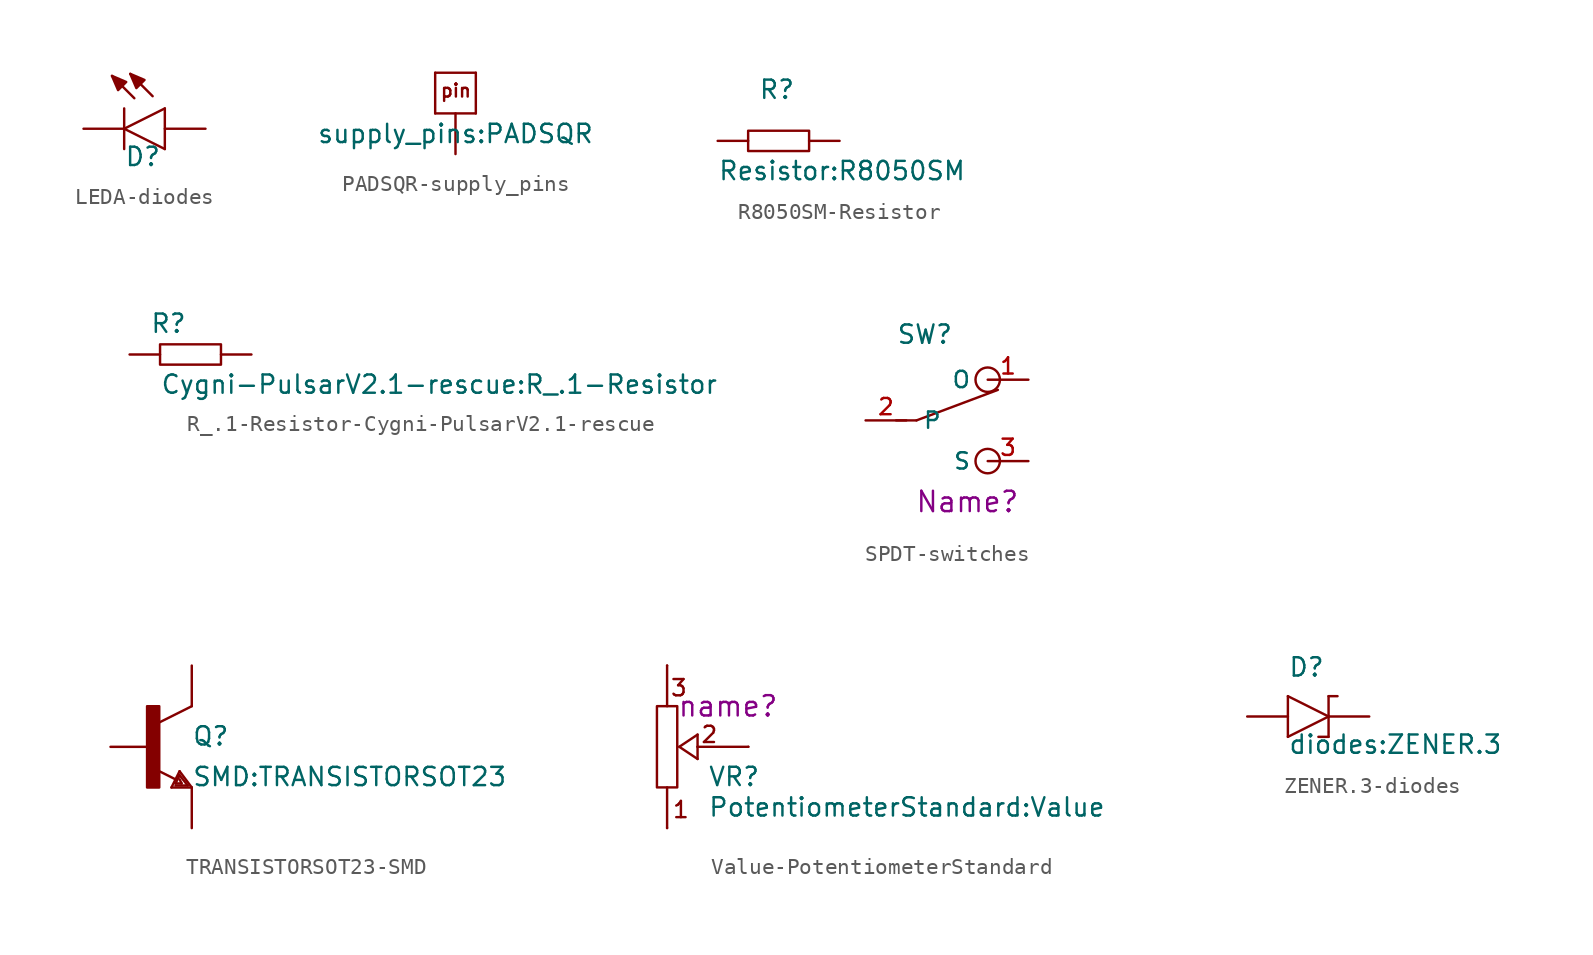
<source format=kicad_sym>
(kicad_symbol_lib
  (version 20220914)
  (generator kicad_symbol_editor)
  (symbol "LEDA-diodes"
    (pin_numbers hide)
    (pin_names
      (offset 1.016) hide)
    (property "Reference" "D"
      (at 0 -2.413 0)
      (effects (font (size 1.143 1.143)) (justify left bottom)))
    (property "ki_locked" ""
      (at 0 0 0)
      (effects (font (size 1.27 1.27))))
    (symbol "LEDA-diodes_1_0"
      (polyline (pts (xy 0 -1.27) (xy 0 0)) (stroke (width 0) (type solid)) (fill (type none)))
      (polyline (pts (xy 0 0) (xy 0 1.27)) (stroke (width 0) (type solid)) (fill (type none)))
      (polyline (pts (xy 0 0) (xy 2.54 1.27)) (stroke (width 0) (type solid)) (fill (type none)))
      (polyline (pts (xy 0.635 1.905) (xy -0.762 3.302)) (stroke (width 0) (type solid)) (fill (type none)))
      (polyline (pts (xy 1.778 2.032) (xy 0.381 3.429)) (stroke (width 0) (type solid)) (fill (type none)))
      (polyline (pts (xy 2.54 -1.27) (xy 0 0)) (stroke (width 0) (type solid)) (fill (type none)))
      (polyline (pts (xy 2.54 -1.27) (xy 2.54 1.27)) (stroke (width 0) (type solid)) (fill (type none))))
    (symbol "LEDA-diodes_1_1"
      (polyline (pts (xy -0.762 3.302) (xy 0.127 2.921) (xy 0.127 2.921) (xy -0.381 2.413) (xy -0.381 2.413) (xy -0.762 3.302)) (stroke (width 0) (type solid)) (fill (type outline)))
      (polyline (pts (xy 0.381 3.429) (xy 1.27 3.048) (xy 1.27 3.048) (xy 0.762 2.54) (xy 0.762 2.54) (xy 0.381 3.429)) (stroke (width 0) (type solid)) (fill (type outline)))
      (pin passive line (at 5.08 0 180) (length 2.54) (name "A" (effects (font (size 1.016 1.016)))) (number "A" (effects (font (size 1.016 1.016)))))
      (pin passive line (at -2.54 0 0) (length 2.54) (name "C" (effects (font (size 1.016 1.016)))) (number "K" (effects (font (size 1.016 1.016)))))))
  (symbol "PADSQR-supply_pins"
    (pin_numbers hide)
    (pin_names
      (offset 1.016) hide)
    (property "Reference" "M"
      (at 0 6.35 0)
      (effects (font (size 1.143 1.143)) hide))
    (property "Value" "supply_pins:PADSQR"
      (at 0 1.27 0)
      (effects (font (size 1.143 1.143))))
    (property "ki_locked" ""
      (at 0 0 0)
      (effects (font (size 1.27 1.27))))
    (symbol "PADSQR-supply_pins_0_1"
      (rectangle (start -1.27 2.54) (end -1.27 5.08) (stroke (width 0) (type solid)) (fill (type none)))
      (rectangle (start -1.27 5.08) (end 1.27 5.08) (stroke (width 0) (type solid)) (fill (type none)))
      (rectangle (start 1.27 2.54) (end -1.27 2.54) (stroke (width 0) (type solid)) (fill (type none)))
      (rectangle (start 1.27 5.08) (end 1.27 2.54) (stroke (width 0) (type solid)) (fill (type none))))
    (symbol "PADSQR-supply_pins_1_0"
      (text "pin" (at 0.025 3.962 0) (effects (font (size 0.813 0.813)))))
    (symbol "PADSQR-supply_pins_1_1"
      (pin bidirectional line (at 0 0 90) (length 2.54) (name "P$1" (effects (font (size 1.016 1.016)))) (number "1" (effects (font (size 1.016 1.016)))))))
  (symbol "R8050SM-Resistor"
    (pin_numbers hide)
    (pin_names
      (offset 1.016) hide)
    (property "Reference" "R"
      (at -1.27 2.54 0)
      (effects (font (size 1.143 1.143)) (justify left bottom)))
    (property "Value" "Resistor:R8050SM"
      (at -3.81 -2.54 0)
      (effects (font (size 1.143 1.143)) (justify left bottom)))
    (property "ki_locked" ""
      (at 0 0 0)
      (effects (font (size 1.27 1.27))))
    (symbol "R8050SM-Resistor_0_1"
      (rectangle (start -1.905 0.635) (end 1.905 -0.635) (stroke (width 0) (type solid)) (fill (type none))))
    (symbol "R8050SM-Resistor_1_1"
      (pin passive line (at -3.81 0 0) (length 1.905) (name "1" (effects (font (size 1.016 1.016)))) (number "1" (effects (font (size 1.016 1.016)))))
      (pin passive line (at 3.81 0 180) (length 1.905) (name "2" (effects (font (size 1.016 1.016)))) (number "2" (effects (font (size 1.016 1.016)))))))
  (symbol "R_.1-Resistor-Cygni-PulsarV2.1-rescue"
    (pin_numbers hide)
    (pin_names
      (offset 1.016) hide)
    (property "Reference" "R"
      (at -2.54 1.27 0)
      (effects (font (size 1.143 1.143)) (justify left bottom)))
    (property "Value" "Cygni-PulsarV2.1-rescue:R_.1-Resistor"
      (at -1.905 -2.54 0)
      (effects (font (size 1.143 1.143)) (justify left bottom)))
    (property "ki_locked" ""
      (at 0 0 0)
      (effects (font (size 1.27 1.27))))
    (symbol "R_.1-Resistor-Cygni-PulsarV2.1-rescue_0_1"
      (rectangle (start -1.905 0.635) (end 1.905 -0.635) (stroke (width 0) (type solid)) (fill (type none))))
    (symbol "R_.1-Resistor-Cygni-PulsarV2.1-rescue_1_1"
      (pin passive line (at -3.81 0 0) (length 1.905) (name "1" (effects (font (size 1.016 1.016)))) (number "1" (effects (font (size 1.016 1.016)))))
      (pin passive line (at 3.81 0 180) (length 1.905) (name "2" (effects (font (size 1.016 1.016)))) (number "2" (effects (font (size 1.016 1.016)))))))
  (symbol "SPDT-switches"
    (pin_names
      (offset 1.016))
    (property "Reference" "SW"
      (at -4.445 4.699 0)
      (effects (font (size 1.143 1.143)) (justify left bottom)))
    (property "Name" "Name?"
      (at 0 -5.08 0)
      (effects (font (size 1.27 1.27))))
    (symbol "SPDT-switches_1_0"
      (polyline (pts (xy -4.445 0) (xy -3.175 0)) (stroke (width 0) (type solid)) (fill (type none)))
      (polyline (pts (xy -3.175 0) (xy 1.905 1.905)) (stroke (width 0) (type solid)) (fill (type none))))
    (symbol "SPDT-switches_1_1"
      (circle (center 1.27 -2.54) (radius 0.762) (stroke (width 0) (type solid)) (fill (type none)))
      (circle (center 1.27 2.54) (radius 0.762) (stroke (width 0) (type solid)) (fill (type none)))
      (pin passive line (at 3.81 2.54 180) (length 2.54) (name "O" (effects (font (size 1.016 1.016)))) (number "1" (effects (font (size 1.016 1.016)))))
      (pin passive line (at -6.35 0 0) (length 2.54) (name "P" (effects (font (size 1.016 1.016)))) (number "2" (effects (font (size 1.016 1.016)))))
      (pin passive line (at 3.81 -2.54 180) (length 2.54) (name "S" (effects (font (size 1.016 1.016)))) (number "3" (effects (font (size 1.016 1.016)))))))
  (symbol "TRANSISTORSOT23-SMD"
    (pin_numbers hide)
    (pin_names
      (offset 1.016) hide)
    (property "Reference" "Q"
      (at 2.54 0 0)
      (effects (font (size 1.143 1.143)) (justify left bottom)))
    (property "Value" "SMD:TRANSISTORSOT23"
      (at 2.54 -2.54 0)
      (effects (font (size 1.143 1.143)) (justify left bottom)))
    (property "ki_locked" ""
      (at 0 0 0)
      (effects (font (size 1.27 1.27))))
    (symbol "TRANSISTORSOT23-SMD_1_0"
      (polyline (pts (xy 1.27 -2.54) (xy 1.778 -1.524)) (stroke (width 0) (type solid)) (fill (type none)))
      (polyline (pts (xy 1.524 -2.413) (xy 2.286 -2.413)) (stroke (width 0) (type solid)) (fill (type none)))
      (polyline (pts (xy 1.524 -2.286) (xy 1.905 -2.286)) (stroke (width 0) (type solid)) (fill (type none)))
      (polyline (pts (xy 1.524 -2.032) (xy 0.305 -1.422)) (stroke (width 0) (type solid)) (fill (type none)))
      (polyline (pts (xy 1.778 -1.778) (xy 1.524 -2.286)) (stroke (width 0) (type solid)) (fill (type none)))
      (polyline (pts (xy 1.778 -1.524) (xy 2.54 -2.54)) (stroke (width 0) (type solid)) (fill (type none)))
      (polyline (pts (xy 1.905 -2.286) (xy 1.778 -2.032)) (stroke (width 0) (type solid)) (fill (type none)))
      (polyline (pts (xy 2.286 -2.413) (xy 1.778 -1.778)) (stroke (width 0) (type solid)) (fill (type none)))
      (polyline (pts (xy 2.54 -2.54) (xy 1.27 -2.54)) (stroke (width 0) (type solid)) (fill (type none)))
      (polyline (pts (xy 2.54 2.54) (xy 0.508 1.524)) (stroke (width 0) (type solid)) (fill (type none))))
    (symbol "TRANSISTORSOT23-SMD_1_1"
      (rectangle (start -0.254 -2.54) (end 0.508 2.54) (stroke (width 0) (type solid)) (fill (type outline)))
      (pin passive line (at -2.54 0 0) (length 2.54) (name "B" (effects (font (size 1.016 1.016)))) (number "B" (effects (font (size 1.016 1.016)))))
      (pin passive line (at 2.54 5.08 270) (length 2.54) (name "C" (effects (font (size 1.016 1.016)))) (number "C" (effects (font (size 1.016 1.016)))))
      (pin passive line (at 2.54 -5.08 90) (length 2.54) (name "E" (effects (font (size 1.016 1.016)))) (number "E" (effects (font (size 1.016 1.016)))))))
  (symbol "Value-PotentiometerStandard"
    (pin_numbers hide)
    (pin_names
      (offset 1.016) hide)
    (property "Reference" "VR"
      (at 2.54 -2.54 0)
      (effects (font (size 1.143 1.143)) (justify left bottom)))
    (property "Value" "PotentiometerStandard:Value"
      (at 2.54 -4.445 0)
      (effects (font (size 1.143 1.143)) (justify left bottom)))
    (property "Name1" "name?"
      (at 3.81 2.54 0)
      (effects (font (size 1.27 1.27))))
    (symbol "Value-PotentiometerStandard_0_1"
      (rectangle (start -0.635 2.54) (end 0.635 -2.54) (stroke (width 0) (type solid)) (fill (type none))))
    (symbol "Value-PotentiometerStandard_1_0"
      (polyline (pts (xy 0 -5.08) (xy 0 -2.54)) (stroke (width 0) (type solid)) (fill (type none)))
      (polyline (pts (xy 0 2.54) (xy 0 5.08)) (stroke (width 0) (type solid)) (fill (type none)))
      (polyline (pts (xy 0.762 0) (xy 1.905 0.762)) (stroke (width 0) (type solid)) (fill (type none)))
      (polyline (pts (xy 1.905 -0.762) (xy 0.762 0)) (stroke (width 0) (type solid)) (fill (type none)))
      (polyline (pts (xy 1.905 0) (xy 1.905 -0.762)) (stroke (width 0) (type solid)) (fill (type none)))
      (polyline (pts (xy 1.905 0) (xy 5.08 0)) (stroke (width 0) (type solid)) (fill (type none)))
      (polyline (pts (xy 1.905 0.762) (xy 1.905 0)) (stroke (width 0) (type solid)) (fill (type none)))
      (text "1" (at 0.864 -3.937 0) (effects (font (size 1.016 1.016))))
      (text "2" (at 2.642 0.762 0) (effects (font (size 1.016 1.016))))
      (text "3" (at 0.737 3.683 0) (effects (font (size 1.016 1.016)))))
    (symbol "Value-PotentiometerStandard_1_1"
      (pin passive line (at 0 -5.08 90) (length 0) (name "1" (effects (font (size 1.016 1.016)))) (number "1" (effects (font (size 1.016 1.016)))))
      (pin passive line (at 5.08 0 180) (length 0) (name "2" (effects (font (size 1.016 1.016)))) (number "2" (effects (font (size 1.016 1.016)))))
      (pin passive line (at 0 5.08 270) (length 0) (name "3" (effects (font (size 1.016 1.016)))) (number "3" (effects (font (size 1.016 1.016)))))))
  (symbol "ZENER.3-diodes"
    (pin_numbers hide)
    (pin_names
      (offset 1.016) hide)
    (property "Reference" "D"
      (at 0 2.413 0)
      (effects (font (size 1.143 1.143)) (justify left bottom)))
    (property "Value" "diodes:ZENER.3"
      (at 0 -2.413 0)
      (effects (font (size 1.143 1.143)) (justify left bottom)))
    (property "ki_locked" ""
      (at 0 0 0)
      (effects (font (size 1.27 1.27))))
    (symbol "ZENER.3-diodes_1_0"
      (polyline (pts (xy 0 -1.27) (xy 2.54 0)) (stroke (width 0) (type solid)) (fill (type none)))
      (polyline (pts (xy 0 1.27) (xy 0 -1.27)) (stroke (width 0) (type solid)) (fill (type none)))
      (polyline (pts (xy 2.54 -1.27) (xy 1.905 -1.27)) (stroke (width 0) (type solid)) (fill (type none)))
      (polyline (pts (xy 2.54 0) (xy 0 1.27)) (stroke (width 0) (type solid)) (fill (type none)))
      (polyline (pts (xy 2.54 0) (xy 2.54 -1.27)) (stroke (width 0) (type solid)) (fill (type none)))
      (polyline (pts (xy 2.54 1.27) (xy 2.54 0)) (stroke (width 0) (type solid)) (fill (type none)))
      (polyline (pts (xy 2.54 1.27) (xy 3.099 1.27)) (stroke (width 0) (type solid)) (fill (type none))))
    (symbol "ZENER.3-diodes_1_1"
      (pin passive line (at -2.54 0 0) (length 2.54) (name "A" (effects (font (size 1.016 1.016)))) (number "A" (effects (font (size 1.016 1.016)))))
      (pin passive line (at 5.08 0 180) (length 2.54) (name "C" (effects (font (size 1.016 1.016)))) (number "C" (effects (font (size 1.016 1.016))))))))
</source>
